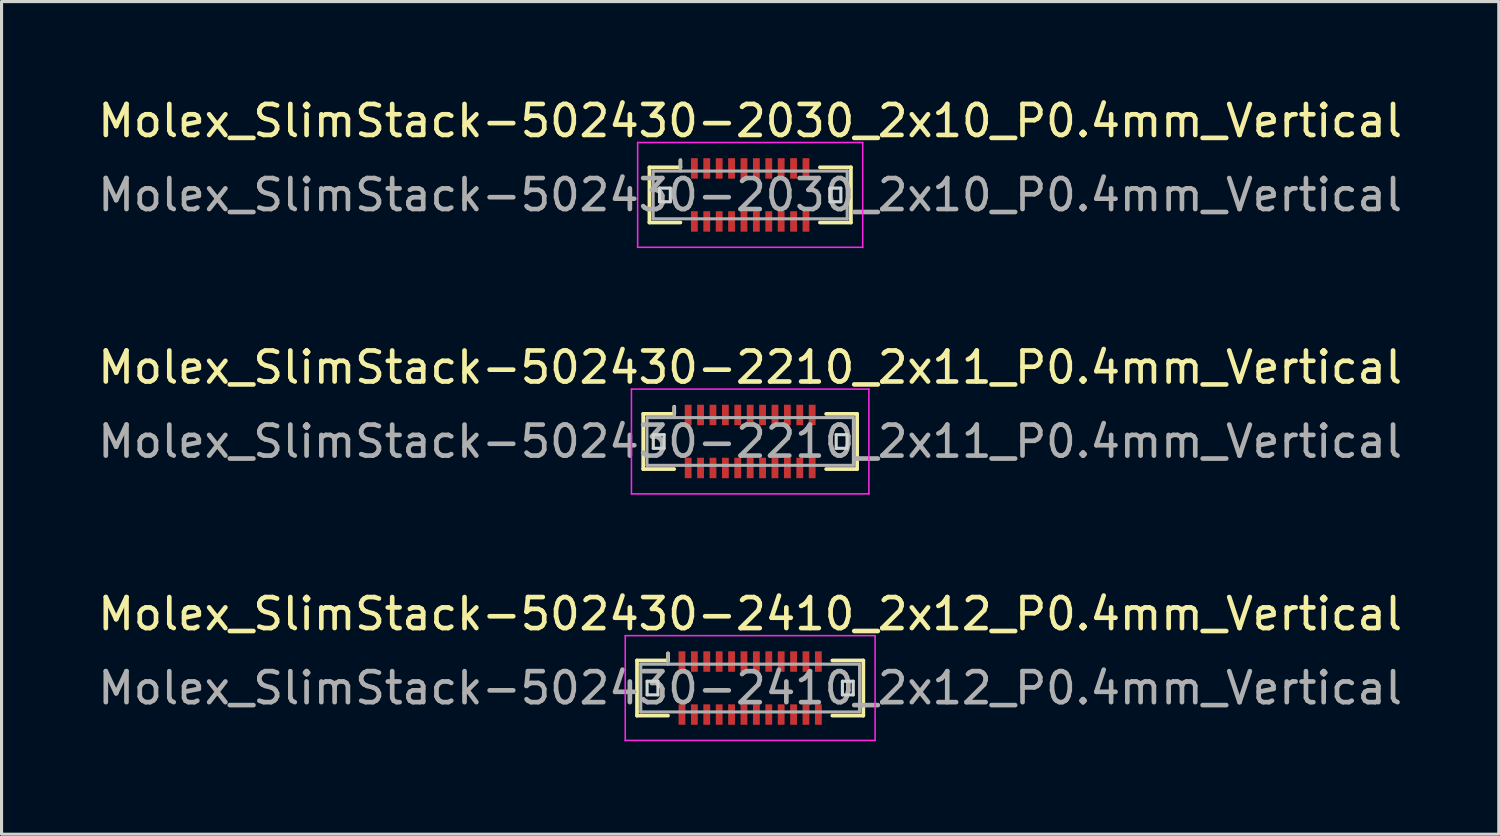
<source format=kicad_pcb>
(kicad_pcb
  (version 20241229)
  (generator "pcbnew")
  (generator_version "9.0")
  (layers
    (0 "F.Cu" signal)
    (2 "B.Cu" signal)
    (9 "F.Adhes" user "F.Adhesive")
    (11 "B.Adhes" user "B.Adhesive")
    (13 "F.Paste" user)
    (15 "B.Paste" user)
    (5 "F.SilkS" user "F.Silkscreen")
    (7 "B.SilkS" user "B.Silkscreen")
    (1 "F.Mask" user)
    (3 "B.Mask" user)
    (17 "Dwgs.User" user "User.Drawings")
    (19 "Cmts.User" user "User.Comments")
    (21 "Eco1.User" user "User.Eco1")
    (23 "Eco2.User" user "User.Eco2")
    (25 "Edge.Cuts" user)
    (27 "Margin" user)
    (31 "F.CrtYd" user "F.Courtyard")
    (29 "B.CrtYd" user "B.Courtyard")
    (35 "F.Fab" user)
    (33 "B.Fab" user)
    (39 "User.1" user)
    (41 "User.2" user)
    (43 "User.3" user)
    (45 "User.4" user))
  (footprint "Molex_SlimStack-502430-2210_2x11_P0.4mm_Vertical"
    (layer "F.Cu")
    (at 21.149 11.191)
    (property "Reference" "Molex_SlimStack-502430-2210_2x11_P0.4mm_Vertical" (at 0 -2.39 0) (layer "F.SilkS") (effects (font (size 1 1) (thickness 0.15))))
    (attr smd)
    (fp_line (start -3.45 -0.89) (end -2.45 -0.89) (stroke (width 0.12) (type solid)) (layer "F.SilkS"))
    (fp_line (start -3.45 0.89) (end -3.45 -0.89) (stroke (width 0.12) (type solid)) (layer "F.SilkS"))
    (fp_line (start -2.45 -0.89) (end -2.45 -1.12) (stroke (width 0.12) (type solid)) (layer "F.SilkS"))
    (fp_line (start -2.45 0.89) (end -3.45 0.89) (stroke (width 0.12) (type solid)) (layer "F.SilkS"))
    (fp_line (start 2.45 0.89) (end 3.45 0.89) (stroke (width 0.12) (type solid)) (layer "F.SilkS"))
    (fp_line (start 3.45 -0.89) (end 2.45 -0.89) (stroke (width 0.12) (type solid)) (layer "F.SilkS"))
    (fp_line (start 3.45 0.89) (end 3.45 -0.89) (stroke (width 0.12) (type solid)) (layer "F.SilkS"))
    (fp_line (start -3.125 -0.22) (end -3.125 0.22) (stroke (width 0.1) (type solid)) (layer "Edge.Cuts"))
    (fp_line (start -3.125 0.22) (end -2.775 0.22) (stroke (width 0.1) (type solid)) (layer "Edge.Cuts"))
    (fp_line (start -2.775 -0.22) (end -3.125 -0.22) (stroke (width 0.1) (type solid)) (layer "Edge.Cuts"))
    (fp_line (start -2.775 0.22) (end -2.775 -0.22) (stroke (width 0.1) (type solid)) (layer "Edge.Cuts"))
    (fp_line (start 2.775 -0.22) (end 2.775 0.22) (stroke (width 0.1) (type solid)) (layer "Edge.Cuts"))
    (fp_line (start 2.775 0.22) (end 3.125 0.22) (stroke (width 0.1) (type solid)) (layer "Edge.Cuts"))
    (fp_line (start 3.125 -0.22) (end 2.775 -0.22) (stroke (width 0.1) (type solid)) (layer "Edge.Cuts"))
    (fp_line (start 3.125 0.22) (end 3.125 -0.22) (stroke (width 0.1) (type solid)) (layer "Edge.Cuts"))
    (fp_line (start -3.83 -1.69) (end -3.83 1.69) (stroke (width 0.05) (type solid)) (layer "F.CrtYd"))
    (fp_line (start -3.83 1.69) (end 3.83 1.69) (stroke (width 0.05) (type solid)) (layer "F.CrtYd"))
    (fp_line (start 3.83 -1.69) (end -3.83 -1.69) (stroke (width 0.05) (type solid)) (layer "F.CrtYd"))
    (fp_line (start 3.83 1.69) (end 3.83 -1.69) (stroke (width 0.05) (type solid)) (layer "F.CrtYd"))
    (fp_line (start -3.33 -0.77) (end -3.33 0.77) (stroke (width 0.1) (type solid)) (layer "F.Fab"))
    (fp_line (start -3.33 0.77) (end 3.33 0.77) (stroke (width 0.1) (type solid)) (layer "F.Fab"))
    (fp_line (start -2.45 -0.77) (end -2.45 -1.12) (stroke (width 0.1) (type solid)) (layer "F.Fab"))
    (fp_line (start 3.33 -0.77) (end -3.33 -0.77) (stroke (width 0.1) (type solid)) (layer "F.Fab"))
    (fp_line (start 3.33 0.77) (end 3.33 -0.77) (stroke (width 0.1) (type solid)) (layer "F.Fab"))
    (fp_text user "${REFERENCE}" (at 0 0 0) (layer "F.Fab") (effects (font (size 1 1) (thickness 0.15))))
    (pad "1" smd rect (at -2 -0.855) (size 0.22 0.66) (layers "F.Cu" "F.Mask" "F.Paste"))
    (pad "2" smd rect (at -2 0.855) (size 0.22 0.66) (layers "F.Cu" "F.Mask" "F.Paste"))
    (pad "3" smd rect (at -1.6 -0.855) (size 0.22 0.66) (layers "F.Cu" "F.Mask" "F.Paste"))
    (pad "4" smd rect (at -1.6 0.855) (size 0.22 0.66) (layers "F.Cu" "F.Mask" "F.Paste"))
    (pad "5" smd rect (at -1.2 -0.855) (size 0.22 0.66) (layers "F.Cu" "F.Mask" "F.Paste"))
    (pad "6" smd rect (at -1.2 0.855) (size 0.22 0.66) (layers "F.Cu" "F.Mask" "F.Paste"))
    (pad "7" smd rect (at -0.8 -0.855) (size 0.22 0.66) (layers "F.Cu" "F.Mask" "F.Paste"))
    (pad "8" smd rect (at -0.8 0.855) (size 0.22 0.66) (layers "F.Cu" "F.Mask" "F.Paste"))
    (pad "9" smd rect (at -0.4 -0.855) (size 0.22 0.66) (layers "F.Cu" "F.Mask" "F.Paste"))
    (pad "10" smd rect (at -0.4 0.855) (size 0.22 0.66) (layers "F.Cu" "F.Mask" "F.Paste"))
    (pad "11" smd rect (at 0 -0.855) (size 0.22 0.66) (layers "F.Cu" "F.Mask" "F.Paste"))
    (pad "12" smd rect (at 0 0.855) (size 0.22 0.66) (layers "F.Cu" "F.Mask" "F.Paste"))
    (pad "13" smd rect (at 0.4 -0.855) (size 0.22 0.66) (layers "F.Cu" "F.Mask" "F.Paste"))
    (pad "14" smd rect (at 0.4 0.855) (size 0.22 0.66) (layers "F.Cu" "F.Mask" "F.Paste"))
    (pad "15" smd rect (at 0.8 -0.855) (size 0.22 0.66) (layers "F.Cu" "F.Mask" "F.Paste"))
    (pad "16" smd rect (at 0.8 0.855) (size 0.22 0.66) (layers "F.Cu" "F.Mask" "F.Paste"))
    (pad "17" smd rect (at 1.2 -0.855) (size 0.22 0.66) (layers "F.Cu" "F.Mask" "F.Paste"))
    (pad "18" smd rect (at 1.2 0.855) (size 0.22 0.66) (layers "F.Cu" "F.Mask" "F.Paste"))
    (pad "19" smd rect (at 1.6 -0.855) (size 0.22 0.66) (layers "F.Cu" "F.Mask" "F.Paste"))
    (pad "20" smd rect (at 1.6 0.855) (size 0.22 0.66) (layers "F.Cu" "F.Mask" "F.Paste"))
    (pad "21" smd rect (at 2 -0.855) (size 0.22 0.66) (layers "F.Cu" "F.Mask" "F.Paste"))
    (pad "22" smd rect (at 2 0.855) (size 0.22 0.66) (layers "F.Cu" "F.Mask" "F.Paste")))
  (footprint "Molex_SlimStack-502430-2410_2x12_P0.4mm_Vertical"
    (layer "F.Cu")
    (at 21.149 19.145)
    (property "Reference" "Molex_SlimStack-502430-2410_2x12_P0.4mm_Vertical" (at 0 -2.39 0) (layer "F.SilkS") (effects (font (size 1 1) (thickness 0.15))))
    (attr smd)
    (fp_line (start -3.65 -0.89) (end -2.65 -0.89) (stroke (width 0.12) (type solid)) (layer "F.SilkS"))
    (fp_line (start -3.65 0.89) (end -3.65 -0.89) (stroke (width 0.12) (type solid)) (layer "F.SilkS"))
    (fp_line (start -2.65 -0.89) (end -2.65 -1.12) (stroke (width 0.12) (type solid)) (layer "F.SilkS"))
    (fp_line (start -2.65 0.89) (end -3.65 0.89) (stroke (width 0.12) (type solid)) (layer "F.SilkS"))
    (fp_line (start 2.65 0.89) (end 3.65 0.89) (stroke (width 0.12) (type solid)) (layer "F.SilkS"))
    (fp_line (start 3.65 -0.89) (end 2.65 -0.89) (stroke (width 0.12) (type solid)) (layer "F.SilkS"))
    (fp_line (start 3.65 0.89) (end 3.65 -0.89) (stroke (width 0.12) (type solid)) (layer "F.SilkS"))
    (fp_line (start -3.325 -0.22) (end -3.325 0.22) (stroke (width 0.1) (type solid)) (layer "Edge.Cuts"))
    (fp_line (start -3.325 0.22) (end -2.975 0.22) (stroke (width 0.1) (type solid)) (layer "Edge.Cuts"))
    (fp_line (start -2.975 -0.22) (end -3.325 -0.22) (stroke (width 0.1) (type solid)) (layer "Edge.Cuts"))
    (fp_line (start -2.975 0.22) (end -2.975 -0.22) (stroke (width 0.1) (type solid)) (layer "Edge.Cuts"))
    (fp_line (start 2.975 -0.22) (end 2.975 0.22) (stroke (width 0.1) (type solid)) (layer "Edge.Cuts"))
    (fp_line (start 2.975 0.22) (end 3.325 0.22) (stroke (width 0.1) (type solid)) (layer "Edge.Cuts"))
    (fp_line (start 3.325 -0.22) (end 2.975 -0.22) (stroke (width 0.1) (type solid)) (layer "Edge.Cuts"))
    (fp_line (start 3.325 0.22) (end 3.325 -0.22) (stroke (width 0.1) (type solid)) (layer "Edge.Cuts"))
    (fp_line (start -4.03 -1.69) (end -4.03 1.69) (stroke (width 0.05) (type solid)) (layer "F.CrtYd"))
    (fp_line (start -4.03 1.69) (end 4.03 1.69) (stroke (width 0.05) (type solid)) (layer "F.CrtYd"))
    (fp_line (start 4.03 -1.69) (end -4.03 -1.69) (stroke (width 0.05) (type solid)) (layer "F.CrtYd"))
    (fp_line (start 4.03 1.69) (end 4.03 -1.69) (stroke (width 0.05) (type solid)) (layer "F.CrtYd"))
    (fp_line (start -3.53 -0.77) (end -3.53 0.77) (stroke (width 0.1) (type solid)) (layer "F.Fab"))
    (fp_line (start -3.53 0.77) (end 3.53 0.77) (stroke (width 0.1) (type solid)) (layer "F.Fab"))
    (fp_line (start -2.65 -0.77) (end -2.65 -1.12) (stroke (width 0.1) (type solid)) (layer "F.Fab"))
    (fp_line (start 3.53 -0.77) (end -3.53 -0.77) (stroke (width 0.1) (type solid)) (layer "F.Fab"))
    (fp_line (start 3.53 0.77) (end 3.53 -0.77) (stroke (width 0.1) (type solid)) (layer "F.Fab"))
    (fp_text user "${REFERENCE}" (at 0 0 0) (layer "F.Fab") (effects (font (size 1 1) (thickness 0.15))))
    (pad "1" smd rect (at -2.2 -0.855) (size 0.22 0.66) (layers "F.Cu" "F.Mask" "F.Paste"))
    (pad "2" smd rect (at -2.2 0.855) (size 0.22 0.66) (layers "F.Cu" "F.Mask" "F.Paste"))
    (pad "3" smd rect (at -1.8 -0.855) (size 0.22 0.66) (layers "F.Cu" "F.Mask" "F.Paste"))
    (pad "4" smd rect (at -1.8 0.855) (size 0.22 0.66) (layers "F.Cu" "F.Mask" "F.Paste"))
    (pad "5" smd rect (at -1.4 -0.855) (size 0.22 0.66) (layers "F.Cu" "F.Mask" "F.Paste"))
    (pad "6" smd rect (at -1.4 0.855) (size 0.22 0.66) (layers "F.Cu" "F.Mask" "F.Paste"))
    (pad "7" smd rect (at -1 -0.855) (size 0.22 0.66) (layers "F.Cu" "F.Mask" "F.Paste"))
    (pad "8" smd rect (at -1 0.855) (size 0.22 0.66) (layers "F.Cu" "F.Mask" "F.Paste"))
    (pad "9" smd rect (at -0.6 -0.855) (size 0.22 0.66) (layers "F.Cu" "F.Mask" "F.Paste"))
    (pad "10" smd rect (at -0.6 0.855) (size 0.22 0.66) (layers "F.Cu" "F.Mask" "F.Paste"))
    (pad "11" smd rect (at -0.2 -0.855) (size 0.22 0.66) (layers "F.Cu" "F.Mask" "F.Paste"))
    (pad "12" smd rect (at -0.2 0.855) (size 0.22 0.66) (layers "F.Cu" "F.Mask" "F.Paste"))
    (pad "13" smd rect (at 0.2 -0.855) (size 0.22 0.66) (layers "F.Cu" "F.Mask" "F.Paste"))
    (pad "14" smd rect (at 0.2 0.855) (size 0.22 0.66) (layers "F.Cu" "F.Mask" "F.Paste"))
    (pad "15" smd rect (at 0.6 -0.855) (size 0.22 0.66) (layers "F.Cu" "F.Mask" "F.Paste"))
    (pad "16" smd rect (at 0.6 0.855) (size 0.22 0.66) (layers "F.Cu" "F.Mask" "F.Paste"))
    (pad "17" smd rect (at 1 -0.855) (size 0.22 0.66) (layers "F.Cu" "F.Mask" "F.Paste"))
    (pad "18" smd rect (at 1 0.855) (size 0.22 0.66) (layers "F.Cu" "F.Mask" "F.Paste"))
    (pad "19" smd rect (at 1.4 -0.855) (size 0.22 0.66) (layers "F.Cu" "F.Mask" "F.Paste"))
    (pad "20" smd rect (at 1.4 0.855) (size 0.22 0.66) (layers "F.Cu" "F.Mask" "F.Paste"))
    (pad "21" smd rect (at 1.8 -0.855) (size 0.22 0.66) (layers "F.Cu" "F.Mask" "F.Paste"))
    (pad "22" smd rect (at 1.8 0.855) (size 0.22 0.66) (layers "F.Cu" "F.Mask" "F.Paste"))
    (pad "23" smd rect (at 2.2 -0.855) (size 0.22 0.66) (layers "F.Cu" "F.Mask" "F.Paste"))
    (pad "24" smd rect (at 2.2 0.855) (size 0.22 0.66) (layers "F.Cu" "F.Mask" "F.Paste")))
  (footprint "Molex_SlimStack-502430-2030_2x10_P0.4mm_Vertical"
    (layer "F.Cu")
    (at 21.149 3.238)
    (property "Reference" "Molex_SlimStack-502430-2030_2x10_P0.4mm_Vertical" (at 0 -2.39 0) (layer "F.SilkS") (effects (font (size 1 1) (thickness 0.15))))
    (attr smd)
    (fp_line (start -3.25 -0.89) (end -2.25 -0.89) (stroke (width 0.12) (type solid)) (layer "F.SilkS"))
    (fp_line (start -3.25 0.89) (end -3.25 -0.89) (stroke (width 0.12) (type solid)) (layer "F.SilkS"))
    (fp_line (start -2.25 -0.89) (end -2.25 -1.12) (stroke (width 0.12) (type solid)) (layer "F.SilkS"))
    (fp_line (start -2.25 0.89) (end -3.25 0.89) (stroke (width 0.12) (type solid)) (layer "F.SilkS"))
    (fp_line (start 2.25 0.89) (end 3.25 0.89) (stroke (width 0.12) (type solid)) (layer "F.SilkS"))
    (fp_line (start 3.25 -0.89) (end 2.25 -0.89) (stroke (width 0.12) (type solid)) (layer "F.SilkS"))
    (fp_line (start 3.25 0.89) (end 3.25 -0.89) (stroke (width 0.12) (type solid)) (layer "F.SilkS"))
    (fp_line (start -2.925 -0.22) (end -2.925 0.22) (stroke (width 0.1) (type solid)) (layer "Edge.Cuts"))
    (fp_line (start -2.925 0.22) (end -2.575 0.22) (stroke (width 0.1) (type solid)) (layer "Edge.Cuts"))
    (fp_line (start -2.575 -0.22) (end -2.925 -0.22) (stroke (width 0.1) (type solid)) (layer "Edge.Cuts"))
    (fp_line (start -2.575 0.22) (end -2.575 -0.22) (stroke (width 0.1) (type solid)) (layer "Edge.Cuts"))
    (fp_line (start 2.575 -0.22) (end 2.575 0.22) (stroke (width 0.1) (type solid)) (layer "Edge.Cuts"))
    (fp_line (start 2.575 0.22) (end 2.925 0.22) (stroke (width 0.1) (type solid)) (layer "Edge.Cuts"))
    (fp_line (start 2.925 -0.22) (end 2.575 -0.22) (stroke (width 0.1) (type solid)) (layer "Edge.Cuts"))
    (fp_line (start 2.925 0.22) (end 2.925 -0.22) (stroke (width 0.1) (type solid)) (layer "Edge.Cuts"))
    (fp_line (start -3.63 -1.69) (end -3.63 1.69) (stroke (width 0.05) (type solid)) (layer "F.CrtYd"))
    (fp_line (start -3.63 1.69) (end 3.63 1.69) (stroke (width 0.05) (type solid)) (layer "F.CrtYd"))
    (fp_line (start 3.63 -1.69) (end -3.63 -1.69) (stroke (width 0.05) (type solid)) (layer "F.CrtYd"))
    (fp_line (start 3.63 1.69) (end 3.63 -1.69) (stroke (width 0.05) (type solid)) (layer "F.CrtYd"))
    (fp_line (start -3.13 -0.77) (end -3.13 0.77) (stroke (width 0.1) (type solid)) (layer "F.Fab"))
    (fp_line (start -3.13 0.77) (end 3.13 0.77) (stroke (width 0.1) (type solid)) (layer "F.Fab"))
    (fp_line (start -2.25 -0.77) (end -2.25 -1.12) (stroke (width 0.1) (type solid)) (layer "F.Fab"))
    (fp_line (start 3.13 -0.77) (end -3.13 -0.77) (stroke (width 0.1) (type solid)) (layer "F.Fab"))
    (fp_line (start 3.13 0.77) (end 3.13 -0.77) (stroke (width 0.1) (type solid)) (layer "F.Fab"))
    (fp_text user "${REFERENCE}" (at 0 0 0) (layer "F.Fab") (effects (font (size 1 1) (thickness 0.15))))
    (pad "1" smd rect (at -1.8 -0.855) (size 0.22 0.66) (layers "F.Cu" "F.Mask" "F.Paste"))
    (pad "2" smd rect (at -1.8 0.855) (size 0.22 0.66) (layers "F.Cu" "F.Mask" "F.Paste"))
    (pad "3" smd rect (at -1.4 -0.855) (size 0.22 0.66) (layers "F.Cu" "F.Mask" "F.Paste"))
    (pad "4" smd rect (at -1.4 0.855) (size 0.22 0.66) (layers "F.Cu" "F.Mask" "F.Paste"))
    (pad "5" smd rect (at -1 -0.855) (size 0.22 0.66) (layers "F.Cu" "F.Mask" "F.Paste"))
    (pad "6" smd rect (at -1 0.855) (size 0.22 0.66) (layers "F.Cu" "F.Mask" "F.Paste"))
    (pad "7" smd rect (at -0.6 -0.855) (size 0.22 0.66) (layers "F.Cu" "F.Mask" "F.Paste"))
    (pad "8" smd rect (at -0.6 0.855) (size 0.22 0.66) (layers "F.Cu" "F.Mask" "F.Paste"))
    (pad "9" smd rect (at -0.2 -0.855) (size 0.22 0.66) (layers "F.Cu" "F.Mask" "F.Paste"))
    (pad "10" smd rect (at -0.2 0.855) (size 0.22 0.66) (layers "F.Cu" "F.Mask" "F.Paste"))
    (pad "11" smd rect (at 0.2 -0.855) (size 0.22 0.66) (layers "F.Cu" "F.Mask" "F.Paste"))
    (pad "12" smd rect (at 0.2 0.855) (size 0.22 0.66) (layers "F.Cu" "F.Mask" "F.Paste"))
    (pad "13" smd rect (at 0.6 -0.855) (size 0.22 0.66) (layers "F.Cu" "F.Mask" "F.Paste"))
    (pad "14" smd rect (at 0.6 0.855) (size 0.22 0.66) (layers "F.Cu" "F.Mask" "F.Paste"))
    (pad "15" smd rect (at 1 -0.855) (size 0.22 0.66) (layers "F.Cu" "F.Mask" "F.Paste"))
    (pad "16" smd rect (at 1 0.855) (size 0.22 0.66) (layers "F.Cu" "F.Mask" "F.Paste"))
    (pad "17" smd rect (at 1.4 -0.855) (size 0.22 0.66) (layers "F.Cu" "F.Mask" "F.Paste"))
    (pad "18" smd rect (at 1.4 0.855) (size 0.22 0.66) (layers "F.Cu" "F.Mask" "F.Paste"))
    (pad "19" smd rect (at 1.8 -0.855) (size 0.22 0.66) (layers "F.Cu" "F.Mask" "F.Paste"))
    (pad "20" smd rect (at 1.8 0.855) (size 0.22 0.66) (layers "F.Cu" "F.Mask" "F.Paste")))
  (gr_rect
    (start -3 -3)
    (end 45.298 23.86)
    (stroke (width 0.1) (type default))
    (fill no)
    (layer "Edge.Cuts")))
</source>
